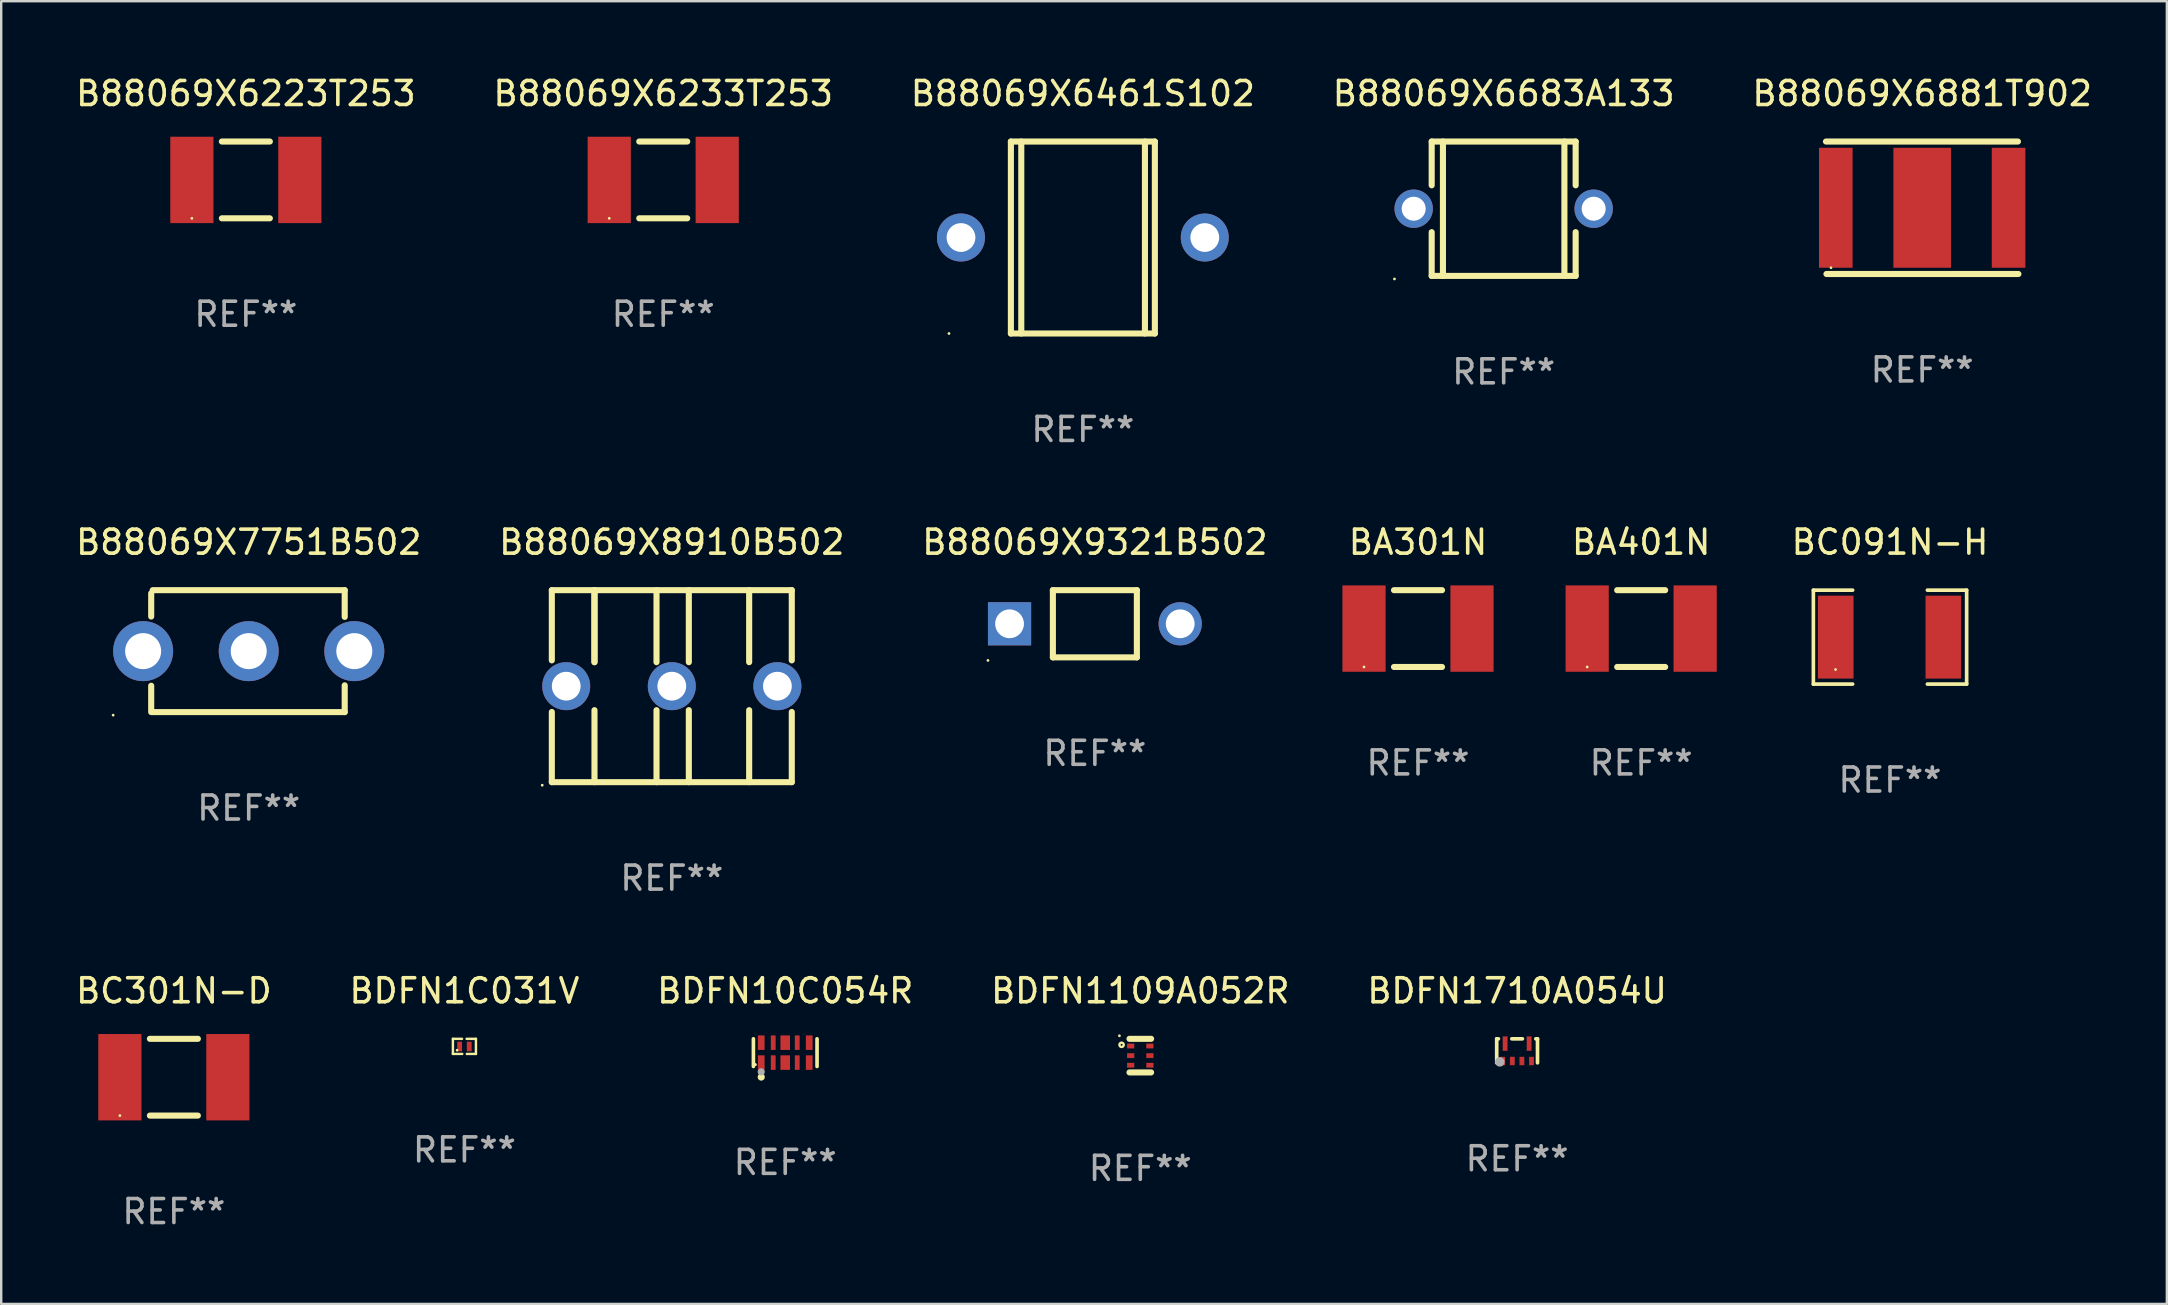
<source format=kicad_pcb>
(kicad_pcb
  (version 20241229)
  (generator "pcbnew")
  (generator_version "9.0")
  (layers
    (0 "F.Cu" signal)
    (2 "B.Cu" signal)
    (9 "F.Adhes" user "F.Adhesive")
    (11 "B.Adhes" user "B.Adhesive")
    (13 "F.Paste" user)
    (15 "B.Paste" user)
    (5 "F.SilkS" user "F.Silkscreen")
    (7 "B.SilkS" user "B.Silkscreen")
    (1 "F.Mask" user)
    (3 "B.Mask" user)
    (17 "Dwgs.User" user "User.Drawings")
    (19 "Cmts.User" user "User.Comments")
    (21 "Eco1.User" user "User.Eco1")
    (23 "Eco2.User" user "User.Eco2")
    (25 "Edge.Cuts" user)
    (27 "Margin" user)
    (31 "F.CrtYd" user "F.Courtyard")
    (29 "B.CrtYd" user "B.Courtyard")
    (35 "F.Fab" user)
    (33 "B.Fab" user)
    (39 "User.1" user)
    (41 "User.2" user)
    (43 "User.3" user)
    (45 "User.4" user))
  (footprint "B88069X7751B502"
    (layer "F.Cu")
    (at 7.315 24.085)
    (property "Reference" "B88069X7751B502" (at 0 -4.54 0) (layer "F.SilkS") (effects (font (size 1 1) (thickness 0.15))))
    (attr through_hole)
    (fp_line (start -4.064 -2.413) (end -4.064 -1.442) (stroke (width 0.254) (type solid)) (layer "F.SilkS"))
    (fp_line (start -4.064 1.442) (end -4.064 2.54) (stroke (width 0.254) (type solid)) (layer "F.SilkS"))
    (fp_line (start -4 -2.54) (end 4 -2.54) (stroke (width 0.254) (type solid)) (layer "F.SilkS"))
    (fp_line (start -4 2.54) (end 4 2.54) (stroke (width 0.254) (type solid)) (layer "F.SilkS"))
    (fp_line (start 4 -2.54) (end 4 -1.426) (stroke (width 0.254) (type solid)) (layer "F.SilkS"))
    (fp_line (start 4 1.426) (end 4 2.54) (stroke (width 0.254) (type solid)) (layer "F.SilkS"))
    (fp_circle (center -5.65 2.667) (end -5.62 2.667) (stroke (width 0.06) (type solid)) (fill no) (layer "F.SilkS"))
    (fp_text user "REF**" (at 0 6.54 0) (layer "F.Fab") (effects (font (size 1 1) (thickness 0.15))))
    (pad "1" thru_hole circle (at -4.4 0) (size 2.5 2.5) (drill 1.5) (layers "*.Cu" "*.Mask"))
    (pad "2" thru_hole circle (at 0 0) (size 2.5 2.5) (drill 1.5) (layers "*.Cu" "*.Mask"))
    (pad "3" thru_hole circle (at 4.4 0) (size 2.5 2.5) (drill 1.5) (layers "*.Cu" "*.Mask")))
  (footprint "B88069X8910B502"
    (layer "F.Cu")
    (at 24.946 25.545)
    (property "Reference" "B88069X8910B502" (at 0 -6 0) (layer "F.SilkS") (effects (font (size 1 1) (thickness 0.15))))
    (attr through_hole)
    (fp_line (start -5 -4) (end -5 -1.075) (stroke (width 0.254) (type solid)) (layer "F.SilkS"))
    (fp_line (start -5 -4) (end 5 -4) (stroke (width 0.254) (type solid)) (layer "F.SilkS"))
    (fp_line (start -5 1.075) (end -5 4) (stroke (width 0.254) (type solid)) (layer "F.SilkS"))
    (fp_line (start -5 4) (end 5 4) (stroke (width 0.254) (type solid)) (layer "F.SilkS"))
    (fp_line (start -3.222 -1) (end -3.222 -4) (stroke (width 0.254) (type solid)) (layer "F.SilkS"))
    (fp_line (start -3.222 -1) (end -3.222 -4) (stroke (width 0.254) (type solid)) (layer "F.SilkS"))
    (fp_line (start -3.222 1) (end -3.222 4) (stroke (width 0.254) (type solid)) (layer "F.SilkS"))
    (fp_line (start -0.637 -1) (end -0.637 -4) (stroke (width 0.254) (type solid)) (layer "F.SilkS"))
    (fp_line (start -0.637 1) (end -0.637 4) (stroke (width 0.254) (type solid)) (layer "F.SilkS"))
    (fp_line (start 0.71 -1) (end 0.71 -4) (stroke (width 0.254) (type solid)) (layer "F.SilkS"))
    (fp_line (start 0.71 1) (end 0.71 4) (stroke (width 0.254) (type solid)) (layer "F.SilkS"))
    (fp_line (start 3.224 -1) (end 3.224 -4) (stroke (width 0.254) (type solid)) (layer "F.SilkS"))
    (fp_line (start 3.224 1) (end 3.224 4) (stroke (width 0.254) (type solid)) (layer "F.SilkS"))
    (fp_line (start 5 -4) (end 5 -1.075) (stroke (width 0.254) (type solid)) (layer "F.SilkS"))
    (fp_line (start 5 1.075) (end 5 4) (stroke (width 0.254) (type solid)) (layer "F.SilkS"))
    (fp_circle (center -5.4 4.127) (end -5.37 4.127) (stroke (width 0.06) (type solid)) (fill no) (layer "F.SilkS"))
    (fp_text user "REF**" (at 0 8 0) (layer "F.Fab") (effects (font (size 1 1) (thickness 0.15))))
    (pad "1" thru_hole circle (at -4.4 0) (size 2 2) (drill 1.2) (layers "*.Cu" "*.Mask"))
    (pad "2" thru_hole circle (at 4.4 0) (size 2 2) (drill 1.2) (layers "*.Cu" "*.Mask"))
    (pad "3" thru_hole circle (at 0 0) (size 2 2) (drill 1.2) (layers "*.Cu" "*.Mask")))
  (footprint "B88069X6233T253"
    (layer "F.Cu")
    (at 24.589 4.448)
    (property "Reference" "B88069X6233T253" (at 0 -3.6 0) (layer "F.SilkS") (effects (font (size 1 1) (thickness 0.15))))
    (attr through_hole)
    (fp_line (start -1 -1.6) (end 1 -1.6) (stroke (width 0.254) (type solid)) (layer "F.SilkS"))
    (fp_line (start 1 1.6) (end -1 1.6) (stroke (width 0.254) (type solid)) (layer "F.SilkS"))
    (fp_circle (center -2.25 1.6) (end -2.22 1.6) (stroke (width 0.06) (type solid)) (fill no) (layer "F.SilkS"))
    (fp_text user "REF**" (at 0 5.6 0) (layer "F.Fab") (effects (font (size 1 1) (thickness 0.15))))
    (pad "1" smd rect (at -2.25 0) (size 1.8 3.6) (layers "F.Cu" "F.Mask" "F.Paste"))
    (pad "2" smd rect (at 2.25 0) (size 1.8 3.6) (layers "F.Cu" "F.Mask" "F.Paste")))
  (footprint "BDFN1C031V"
    (layer "F.Cu")
    (at 16.304 40.556)
    (property "Reference" "BDFN1C031V" (at 0 -2.315 0) (layer "F.SilkS") (effects (font (size 1 1) (thickness 0.15))))
    (attr through_hole)
    (fp_line (start -0.48 -0.315) (end -0.48 0.315) (stroke (width 0.102) (type solid)) (layer "F.SilkS"))
    (fp_line (start -0.48 0.315) (end -0.09 0.315) (stroke (width 0.102) (type solid)) (layer "F.SilkS"))
    (fp_line (start -0.48 -0.315) (end -0.1 -0.315) (stroke (width 0.102) (type solid)) (layer "F.SilkS"))
    (fp_line (start 0.48 0.315) (end 0.1 0.315) (stroke (width 0.102) (type solid)) (layer "F.SilkS"))
    (fp_line (start 0.48 -0.315) (end 0.09 -0.315) (stroke (width 0.102) (type solid)) (layer "F.SilkS"))
    (fp_line (start 0.48 0.315) (end 0.48 -0.315) (stroke (width 0.102) (type solid)) (layer "F.SilkS"))
    (fp_circle (center -0.305 0.16) (end -0.275 0.16) (stroke (width 0.06) (type solid)) (fill no) (layer "F.SilkS"))
    (fp_text user "REF**" (at 0 4.315 0) (layer "F.Fab") (effects (font (size 1 1) (thickness 0.15))))
    (pad "1" smd rect (at -0.2 0.005) (size 0.2 0.4) (layers "F.Cu" "F.Mask" "F.Paste"))
    (pad "2" smd rect (at 0.2 0.005) (size 0.2 0.4) (layers "F.Cu" "F.Mask" "F.Paste")))
  (footprint "B88069X6223T253"
    (layer "F.Cu")
    (at 7.196 4.448)
    (property "Reference" "B88069X6223T253" (at 0 -3.6 0) (layer "F.SilkS") (effects (font (size 1 1) (thickness 0.15))))
    (attr through_hole)
    (fp_line (start -1 -1.6) (end 1 -1.6) (stroke (width 0.254) (type solid)) (layer "F.SilkS"))
    (fp_line (start 1 1.6) (end -1 1.6) (stroke (width 0.254) (type solid)) (layer "F.SilkS"))
    (fp_circle (center -2.25 1.6) (end -2.22 1.6) (stroke (width 0.06) (type solid)) (fill no) (layer "F.SilkS"))
    (fp_text user "REF**" (at 0 5.6 0) (layer "F.Fab") (effects (font (size 1 1) (thickness 0.15))))
    (pad "1" smd rect (at -2.25 0) (size 1.8 3.6) (layers "F.Cu" "F.Mask" "F.Paste"))
    (pad "2" smd rect (at 2.25 0) (size 1.8 3.6) (layers "F.Cu" "F.Mask" "F.Paste")))
  (footprint "BC301N-D"
    (layer "F.Cu")
    (at 4.196 41.841)
    (property "Reference" "BC301N-D" (at 0 -3.6 0) (layer "F.SilkS") (effects (font (size 1 1) (thickness 0.15))))
    (attr through_hole)
    (fp_line (start -1 -1.6) (end 1 -1.6) (stroke (width 0.254) (type solid)) (layer "F.SilkS"))
    (fp_line (start 1 1.6) (end -1 1.6) (stroke (width 0.254) (type solid)) (layer "F.SilkS"))
    (fp_circle (center -2.25 1.6) (end -2.22 1.6) (stroke (width 0.06) (type solid)) (fill no) (layer "F.SilkS"))
    (fp_text user "REF**" (at 0 5.6 0) (layer "F.Fab") (effects (font (size 1 1) (thickness 0.15))))
    (pad "1" smd rect (at -2.25 0) (size 1.8 3.6) (layers "F.Cu" "F.Mask" "F.Paste"))
    (pad "2" smd rect (at 2.25 0) (size 1.8 3.6) (layers "F.Cu" "F.Mask" "F.Paste")))
  (footprint "B88069X6683A133"
    (layer "F.Cu")
    (at 59.613 5.648)
    (property "Reference" "B88069X6683A133" (at 0 -4.8 0) (layer "F.SilkS") (effects (font (size 1 1) (thickness 0.15))))
    (attr through_hole)
    (fp_line (start -3 -2.8) (end 3 -2.8) (stroke (width 0.254) (type solid)) (layer "F.SilkS"))
    (fp_line (start -3 -0.976) (end -3 -2.8) (stroke (width 0.254) (type solid)) (layer "F.SilkS"))
    (fp_line (start -3 2.8) (end -3 0.976) (stroke (width 0.254) (type solid)) (layer "F.SilkS"))
    (fp_line (start -3 2.8) (end 3 2.8) (stroke (width 0.254) (type solid)) (layer "F.SilkS"))
    (fp_line (start -2.531 -2.8) (end -2.531 2.8) (stroke (width 0.254) (type solid)) (layer "F.SilkS"))
    (fp_line (start 2.531 -2.8) (end 2.531 2.8) (stroke (width 0.254) (type solid)) (layer "F.SilkS"))
    (fp_line (start 3 -2.8) (end 3 -0.976) (stroke (width 0.254) (type solid)) (layer "F.SilkS"))
    (fp_line (start 3 0.976) (end 3 2.8) (stroke (width 0.254) (type solid)) (layer "F.SilkS"))
    (fp_circle (center -4.55 2.927) (end -4.52 2.927) (stroke (width 0.06) (type solid)) (fill no) (layer "F.SilkS"))
    (fp_text user "REF**" (at 0 6.8 0) (layer "F.Fab") (effects (font (size 1 1) (thickness 0.15))))
    (pad "1" thru_hole circle (at -3.75 0) (size 1.6 1.6) (drill 1) (layers "*.Cu" "*.Mask"))
    (pad "2" thru_hole circle (at 3.75 0) (size 1.6 1.6) (drill 1) (layers "*.Cu" "*.Mask")))
  (footprint "B88069X6461S102"
    (layer "F.Cu")
    (at 42.077 6.848)
    (property "Reference" "B88069X6461S102" (at 0 -6 0) (layer "F.SilkS") (effects (font (size 1 1) (thickness 0.15))))
    (attr through_hole)
    (fp_line (start -3 -4) (end -3 4) (stroke (width 0.254) (type solid)) (layer "F.SilkS"))
    (fp_line (start -3 -4) (end 3 -4) (stroke (width 0.254) (type solid)) (layer "F.SilkS"))
    (fp_line (start -3 4) (end 3 4) (stroke (width 0.254) (type solid)) (layer "F.SilkS"))
    (fp_line (start -2.567 -4) (end -2.567 4) (stroke (width 0.254) (type solid)) (layer "F.SilkS"))
    (fp_line (start 2.586 -4) (end 2.586 4) (stroke (width 0.254) (type solid)) (layer "F.SilkS"))
    (fp_line (start 3 -4) (end 3 4) (stroke (width 0.254) (type solid)) (layer "F.SilkS"))
    (fp_circle (center -5.58 4) (end -5.55 4) (stroke (width 0.06) (type solid)) (fill no) (layer "F.SilkS"))
    (fp_text user "REF**" (at 0 8 0) (layer "F.Fab") (effects (font (size 1 1) (thickness 0.15))))
    (pad "1" thru_hole circle (at -5.08 0) (size 2 2) (drill 1.2) (layers "*.Cu" "*.Mask"))
    (pad "2" thru_hole circle (at 5.08 0) (size 2 2) (drill 1.2) (layers "*.Cu" "*.Mask")))
  (footprint "BDFN10C054R"
    (layer "F.Cu")
    (at 29.673 40.817)
    (property "Reference" "BDFN10C054R" (at 0 -2.576 0) (layer "F.SilkS") (effects (font (size 1 1) (thickness 0.15))))
    (attr through_hole)
    (fp_line (start -1.326 0.576) (end -1.326 -0.576) (stroke (width 0.152) (type solid)) (layer "F.SilkS"))
    (fp_line (start 1.326 0.576) (end 1.326 -0.576) (stroke (width 0.152) (type solid)) (layer "F.SilkS"))
    (fp_circle (center -1.25 0.5) (end -1.22 0.5) (stroke (width 0.06) (type solid)) (fill no) (layer "F.SilkS"))
    (fp_circle (center -1.25 0.5) (end -1.22 0.5) (stroke (width 0.06) (type solid)) (fill no) (layer "F.SilkS"))
    (fp_circle (center -1 1.018) (end -0.925 1.018) (stroke (width 0.15) (type solid)) (fill no) (layer "F.SilkS"))
    (fp_circle (center -1 0.8) (end -0.925 0.8) (stroke (width 0.15) (type solid)) (fill no) (layer "F.Fab"))
    (fp_text user "REF**" (at 0 4.576 0) (layer "F.Fab") (effects (font (size 1 1) (thickness 0.15))))
    (pad "1" smd rect (at -1 0.415) (size 0.28 0.605) (layers "F.Cu" "F.Mask" "F.Paste"))
    (pad "2" smd rect (at -0.5 0.415) (size 0.2 0.605) (layers "F.Cu" "F.Mask" "F.Paste"))
    (pad "3" smd rect (at 0 0.415) (size 0.4 0.605) (layers "F.Cu" "F.Mask" "F.Paste"))
    (pad "4" smd rect (at 0.5 0.415) (size 0.2 0.605) (layers "F.Cu" "F.Mask" "F.Paste"))
    (pad "5" smd rect (at 1 0.415) (size 0.28 0.605) (layers "F.Cu" "F.Mask" "F.Paste"))
    (pad "6" smd rect (at 1 -0.415) (size 0.28 0.605) (layers "F.Cu" "F.Mask" "F.Paste"))
    (pad "7" smd rect (at 0.5 -0.415) (size 0.2 0.605) (layers "F.Cu" "F.Mask" "F.Paste"))
    (pad "8" smd rect (at 0 -0.415) (size 0.4 0.605) (layers "F.Cu" "F.Mask" "F.Paste"))
    (pad "9" smd rect (at -0.5 -0.415) (size 0.2 0.605) (layers "F.Cu" "F.Mask" "F.Paste"))
    (pad "10" smd rect (at -1 -0.415) (size 0.28 0.605) (layers "F.Cu" "F.Mask" "F.Paste")))
  (footprint "BDFN1109A052R"
    (layer "F.Cu")
    (at 44.47 40.941)
    (property "Reference" "BDFN1109A052R" (at 0 -2.7 0) (layer "F.SilkS") (effects (font (size 1 1) (thickness 0.15))))
    (attr through_hole)
    (fp_line (start -0.45 -0.7) (end 0.45 -0.7) (stroke (width 0.254) (type solid)) (layer "F.SilkS"))
    (fp_line (start -0.45 0.7) (end 0.45 0.7) (stroke (width 0.254) (type solid)) (layer "F.SilkS"))
    (fp_circle (center -0.87 -0.827) (end -0.84 -0.827) (stroke (width 0.06) (type solid)) (fill no) (layer "F.SilkS"))
    (fp_circle (center -0.78 -0.45) (end -0.74 -0.45) (stroke (width 0.1) (type solid)) (fill no) (layer "F.SilkS"))
    (fp_text user "REF**" (at 0 4.7 0) (layer "F.Fab") (effects (font (size 1 1) (thickness 0.15))))
    (pad "1" smd rect (at -0.4 -0.4 90) (size 0.2 0.3) (layers "F.Cu" "F.Mask" "F.Paste"))
    (pad "2" smd rect (at -0.4 0 90) (size 0.2 0.3) (layers "F.Cu" "F.Mask" "F.Paste"))
    (pad "3" smd rect (at -0.4 0.4 90) (size 0.2 0.3) (layers "F.Cu" "F.Mask" "F.Paste"))
    (pad "4" smd rect (at 0.4 0.4 90) (size 0.2 0.3) (layers "F.Cu" "F.Mask" "F.Paste"))
    (pad "5" smd rect (at 0.4 0 90) (size 0.2 0.3) (layers "F.Cu" "F.Mask" "F.Paste"))
    (pad "6" smd rect (at 0.4 -0.4 90) (size 0.2 0.3) (layers "F.Cu" "F.Mask" "F.Paste")))
  (footprint "BDFN1710A054U"
    (layer "F.Cu")
    (at 60.173 40.741)
    (property "Reference" "BDFN1710A054U" (at 0 -2.5 0) (layer "F.SilkS") (effects (font (size 1 1) (thickness 0.15))))
    (attr through_hole)
    (fp_line (start -0.85 -0.5) (end -0.85 0.5) (stroke (width 0.152) (type solid)) (layer "F.SilkS"))
    (fp_line (start -0.78 -0.5) (end -0.85 -0.5) (stroke (width 0.152) (type solid)) (layer "F.SilkS"))
    (fp_line (start 0.22 -0.5) (end -0.22 -0.5) (stroke (width 0.152) (type solid)) (layer "F.SilkS"))
    (fp_line (start 0.85 -0.5) (end 0.78 -0.5) (stroke (width 0.152) (type solid)) (layer "F.SilkS"))
    (fp_line (start 0.85 -0.5) (end 0.85 0.5) (stroke (width 0.152) (type solid)) (layer "F.SilkS"))
    (fp_circle (center -0.85 0.5) (end -0.82 0.5) (stroke (width 0.06) (type solid)) (fill no) (layer "F.SilkS"))
    (fp_circle (center -0.72 0.46) (end -0.62 0.46) (stroke (width 0.2) (type solid)) (fill no) (layer "F.Fab"))
    (fp_text user "REF**" (at 0 4.5 0) (layer "F.Fab") (effects (font (size 1 1) (thickness 0.15))))
    (pad "1" smd rect (at -0.6 0.425) (size 0.2 0.35) (layers "F.Cu" "F.Mask" "F.Paste"))
    (pad "2" smd rect (at -0.2 0.425) (size 0.2 0.35) (layers "F.Cu" "F.Mask" "F.Paste"))
    (pad "3" smd rect (at 0.2 0.425) (size 0.2 0.35) (layers "F.Cu" "F.Mask" "F.Paste"))
    (pad "4" smd rect (at 0.6 0.425) (size 0.2 0.35) (layers "F.Cu" "F.Mask" "F.Paste"))
    (pad "5" smd rect (at 0.5 -0.3) (size 0.2 0.6) (layers "F.Cu" "F.Mask" "F.Paste"))
    (pad "6" smd rect (at -0.5 -0.3) (size 0.2 0.6) (layers "F.Cu" "F.Mask" "F.Paste")))
  (footprint "BA401N"
    (layer "F.Cu")
    (at 65.343 23.145)
    (property "Reference" "BA401N" (at 0 -3.6 0) (layer "F.SilkS") (effects (font (size 1 1) (thickness 0.15))))
    (attr through_hole)
    (fp_line (start -1 -1.6) (end 1 -1.6) (stroke (width 0.254) (type solid)) (layer "F.SilkS"))
    (fp_line (start 1 1.6) (end -1 1.6) (stroke (width 0.254) (type solid)) (layer "F.SilkS"))
    (fp_circle (center -2.25 1.6) (end -2.22 1.6) (stroke (width 0.06) (type solid)) (fill no) (layer "F.SilkS"))
    (fp_text user "REF**" (at 0 5.6 0) (layer "F.Fab") (effects (font (size 1 1) (thickness 0.15))))
    (pad "1" smd rect (at -2.25 0) (size 1.8 3.6) (layers "F.Cu" "F.Mask" "F.Paste"))
    (pad "2" smd rect (at 2.25 0) (size 1.8 3.6) (layers "F.Cu" "F.Mask" "F.Paste")))
  (footprint "B88069X9321B502"
    (layer "F.Cu")
    (at 42.577 22.945)
    (property "Reference" "B88069X9321B502" (at 0 -3.4 0) (layer "F.SilkS") (effects (font (size 1 1) (thickness 0.15))))
    (attr through_hole)
    (fp_line (start -1.75 -1.4) (end 1.75 -1.4) (stroke (width 0.254) (type solid)) (layer "F.SilkS"))
    (fp_line (start -1.75 1.4) (end -1.75 -1.4) (stroke (width 0.254) (type solid)) (layer "F.SilkS"))
    (fp_line (start 1.75 -1.4) (end 1.75 1.4) (stroke (width 0.254) (type solid)) (layer "F.SilkS"))
    (fp_line (start 1.75 1.4) (end -1.75 1.4) (stroke (width 0.254) (type solid)) (layer "F.SilkS"))
    (fp_circle (center -4.456 1.527) (end -4.426 1.527) (stroke (width 0.06) (type solid)) (fill no) (layer "F.SilkS"))
    (fp_text user "REF**" (at 0 5.4 0) (layer "F.Fab") (effects (font (size 1 1) (thickness 0.15))))
    (pad "1" thru_hole rect (at -3.556 0) (size 1.8 1.8) (drill 1.2) (layers "*.Cu" "*.Mask"))
    (pad "2" thru_hole circle (at 3.556 0) (size 1.8 1.8) (drill 1.2) (layers "*.Cu" "*.Mask")))
  (footprint "BA301N"
    (layer "F.Cu")
    (at 56.043 23.145)
    (property "Reference" "BA301N" (at 0 -3.6 0) (layer "F.SilkS") (effects (font (size 1 1) (thickness 0.15))))
    (attr through_hole)
    (fp_line (start -1 -1.6) (end 1 -1.6) (stroke (width 0.254) (type solid)) (layer "F.SilkS"))
    (fp_line (start 1 1.6) (end -1 1.6) (stroke (width 0.254) (type solid)) (layer "F.SilkS"))
    (fp_circle (center -2.25 1.6) (end -2.22 1.6) (stroke (width 0.06) (type solid)) (fill no) (layer "F.SilkS"))
    (fp_text user "REF**" (at 0 5.6 0) (layer "F.Fab") (effects (font (size 1 1) (thickness 0.15))))
    (pad "1" smd rect (at -2.25 0) (size 1.8 3.6) (layers "F.Cu" "F.Mask" "F.Paste"))
    (pad "2" smd rect (at 2.25 0) (size 1.8 3.6) (layers "F.Cu" "F.Mask" "F.Paste")))
  (footprint "BC091N-H"
    (layer "F.Cu")
    (at 75.713 23.501)
    (property "Reference" "BC091N-H" (at 0 -3.957 0) (layer "F.SilkS") (effects (font (size 1 1) (thickness 0.15))))
    (attr through_hole)
    (fp_line (start -3.194 -1.957) (end -3.194 1.957) (stroke (width 0.152) (type solid)) (layer "F.SilkS"))
    (fp_line (start -3.194 1.957) (end -1.557 1.957) (stroke (width 0.152) (type solid)) (layer "F.SilkS"))
    (fp_line (start -1.557 -1.957) (end -3.194 -1.957) (stroke (width 0.152) (type solid)) (layer "F.SilkS"))
    (fp_line (start 1.557 1.957) (end 3.194 1.957) (stroke (width 0.152) (type solid)) (layer "F.SilkS"))
    (fp_line (start 3.194 -1.957) (end 1.557 -1.957) (stroke (width 0.152) (type solid)) (layer "F.SilkS"))
    (fp_line (start 3.194 1.957) (end 3.194 -1.957) (stroke (width 0.152) (type solid)) (layer "F.SilkS"))
    (fp_circle (center -2.269 1.35) (end -2.239 1.35) (stroke (width 0.06) (type solid)) (fill no) (layer "F.SilkS"))
    (fp_text user "REF**" (at 0 5.957 0) (layer "F.Fab") (effects (font (size 1 1) (thickness 0.15))))
    (pad "1" smd rect (at -2.262 0) (size 1.485 3.456) (layers "F.Cu" "F.Mask" "F.Paste"))
    (pad "2" smd rect (at 2.223 0) (size 1.485 3.456) (layers "F.Cu" "F.Mask" "F.Paste")))
  (footprint "B88069X6881T902"
    (layer "F.Cu")
    (at 77.054 5.608)
    (property "Reference" "B88069X6881T902" (at 0 -4.76 0) (layer "F.SilkS") (effects (font (size 1 1) (thickness 0.15))))
    (attr through_hole)
    (fp_line (start -4.01 -2.76) (end 3.99 -2.76) (stroke (width 0.254) (type solid)) (layer "F.SilkS"))
    (fp_line (start 4.01 2.76) (end -3.99 2.76) (stroke (width 0.254) (type solid)) (layer "F.SilkS"))
    (fp_circle (center -3.8 2.5) (end -3.77 2.5) (stroke (width 0.06) (type solid)) (fill no) (layer "F.SilkS"))
    (fp_text user "REF**" (at 0 6.76 0) (layer "F.Fab") (effects (font (size 1 1) (thickness 0.15))))
    (pad "1" smd rect (at -3.6 0 90) (size 5 1.4) (layers "F.Cu" "F.Mask" "F.Paste"))
    (pad "2" smd rect (at 3.6 0 90) (size 5 1.4) (layers "F.Cu" "F.Mask" "F.Paste"))
    (pad "3" smd rect (at 0 0 90) (size 5 2.4) (layers "F.Cu" "F.Mask" "F.Paste")))
  (gr_rect
    (start -3 -3)
    (end 87.25 51.29)
    (stroke (width 0.1) (type default))
    (fill no)
    (layer "Edge.Cuts")))
</source>
